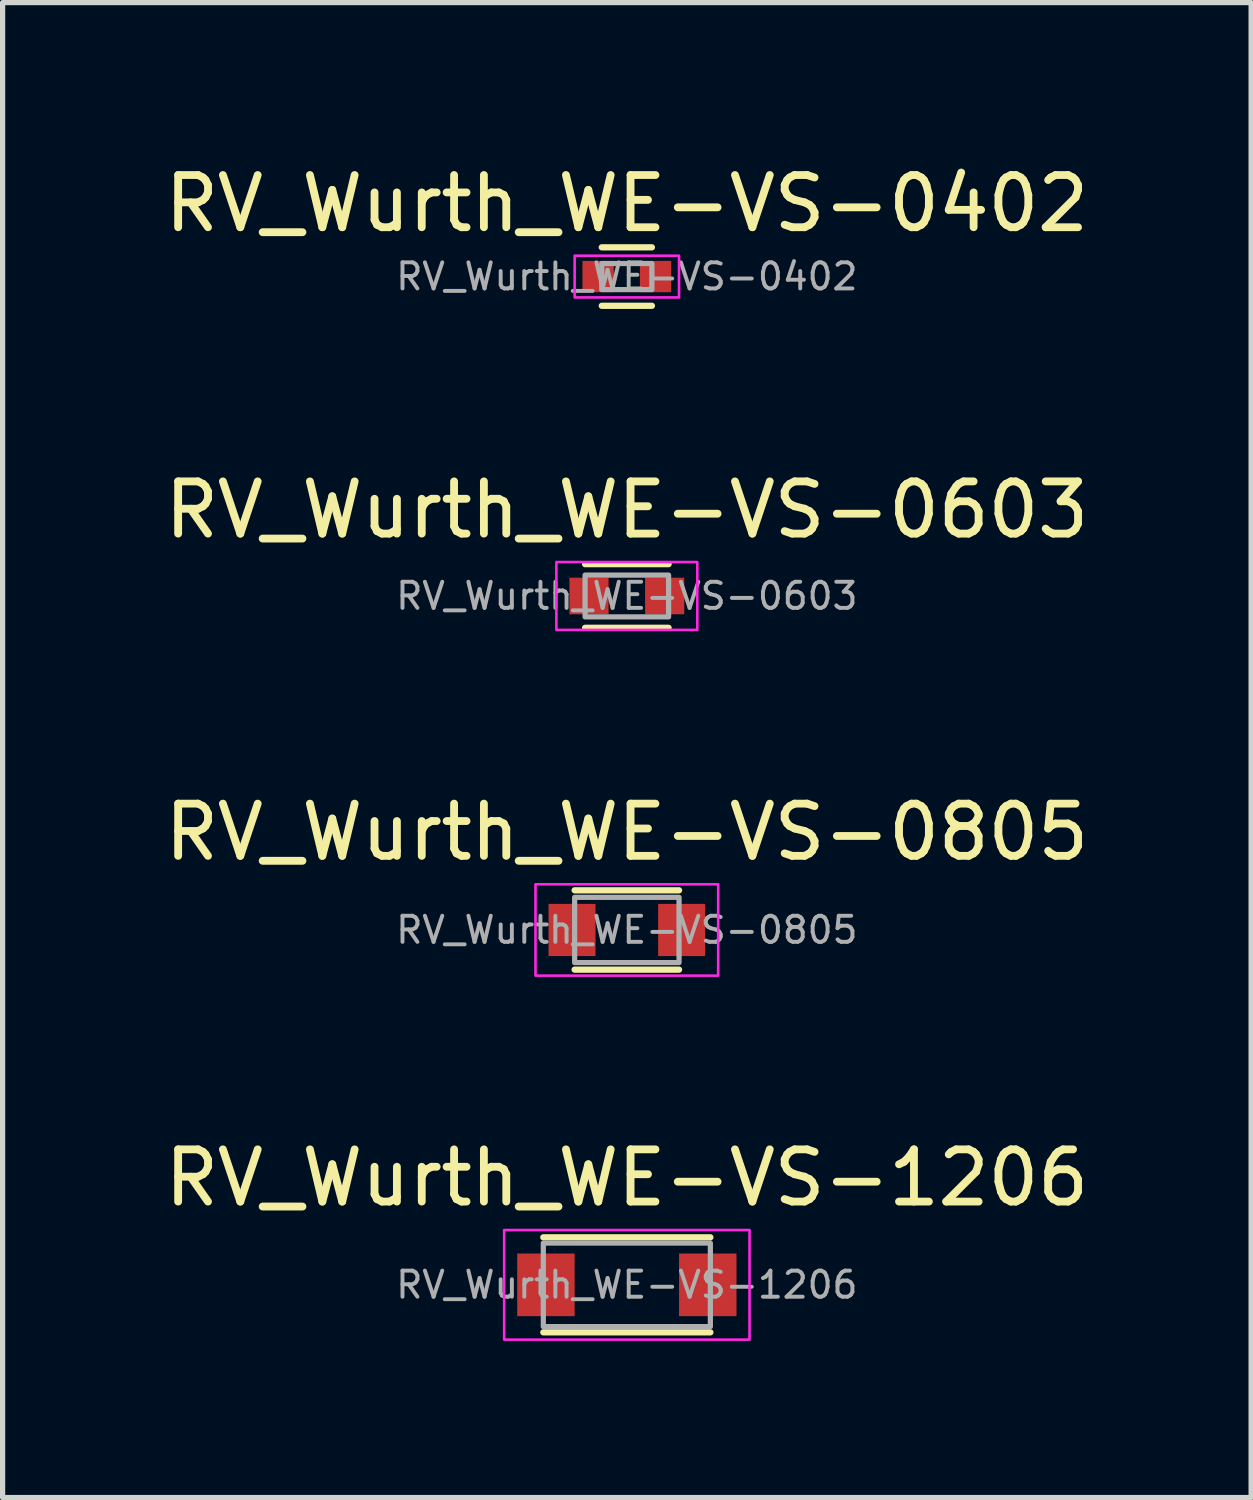
<source format=kicad_pcb>
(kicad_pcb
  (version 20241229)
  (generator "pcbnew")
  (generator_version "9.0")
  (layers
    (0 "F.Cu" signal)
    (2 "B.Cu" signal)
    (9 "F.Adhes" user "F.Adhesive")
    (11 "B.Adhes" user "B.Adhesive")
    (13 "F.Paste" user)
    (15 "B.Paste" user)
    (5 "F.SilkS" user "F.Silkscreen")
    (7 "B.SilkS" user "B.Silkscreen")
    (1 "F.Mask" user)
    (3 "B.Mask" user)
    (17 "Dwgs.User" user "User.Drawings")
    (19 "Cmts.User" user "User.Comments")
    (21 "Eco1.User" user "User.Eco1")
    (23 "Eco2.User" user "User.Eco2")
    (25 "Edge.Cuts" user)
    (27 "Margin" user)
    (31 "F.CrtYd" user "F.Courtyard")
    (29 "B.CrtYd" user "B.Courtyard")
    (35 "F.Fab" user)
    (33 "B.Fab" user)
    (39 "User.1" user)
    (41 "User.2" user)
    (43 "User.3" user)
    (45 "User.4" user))
  (footprint "RV_Wurth_WE-VS-0805"
    (layer "F.Cu")
    (at 8.958 14.765)
    (property "Reference" "RV_Wurth_WE-VS-0805" (at 0 -1.875 0) (unlocked yes) (layer "F.SilkS") (effects (font (size 1 1) (thickness 0.15))))
    (attr smd)
    (fp_line (start -1 -0.76) (end 1 -0.76) (stroke (width 0.12) (type solid)) (layer "F.SilkS"))
    (fp_line (start -1 0.76) (end 1 0.76) (stroke (width 0.12) (type solid)) (layer "F.SilkS"))
    (fp_rect (start -1.75 -0.875) (end 1.75 0.875) (stroke (width 0.05) (type solid)) (fill no) (layer "F.CrtYd"))
    (fp_rect (start -1 -0.625) (end 1 0.625) (stroke (width 0.1) (type solid)) (fill no) (layer "F.Fab"))
    (fp_text user "${REFERENCE}" (at 0 0 0) (unlocked yes) (layer "F.Fab") (effects (font (size 0.5 0.5) (thickness 0.075))))
    (pad "1" smd rect (at -1.05 0) (size 0.9 1) (layers "F.Cu" "F.Mask" "F.Paste"))
    (pad "2" smd rect (at 1.05 0) (size 0.9 1) (layers "F.Cu" "F.Mask" "F.Paste")))
  (footprint "RV_Wurth_WE-VS-1206"
    (layer "F.Cu")
    (at 8.958 21.563)
    (property "Reference" "RV_Wurth_WE-VS-1206" (at 0 -2.05 0) (unlocked yes) (layer "F.SilkS") (effects (font (size 1 1) (thickness 0.15))))
    (attr smd)
    (fp_line (start -1.6 -0.91) (end 1.6 -0.91) (stroke (width 0.12) (type solid)) (layer "F.SilkS"))
    (fp_line (start -1.6 0.91) (end 1.6 0.91) (stroke (width 0.12) (type solid)) (layer "F.SilkS"))
    (fp_rect (start -2.35 -1.05) (end 2.35 1.05) (stroke (width 0.05) (type solid)) (fill no) (layer "F.CrtYd"))
    (fp_rect (start -1.6 -0.8) (end 1.6 0.8) (stroke (width 0.1) (type solid)) (fill no) (layer "F.Fab"))
    (fp_text user "${REFERENCE}" (at 0 0 0) (unlocked yes) (layer "F.Fab") (effects (font (size 0.5 0.5) (thickness 0.075))))
    (pad "1" smd rect (at -1.55 0) (size 1.1 1.2) (layers "F.Cu" "F.Mask" "F.Paste"))
    (pad "2" smd rect (at 1.55 0) (size 1.1 1.2) (layers "F.Cu" "F.Mask" "F.Paste")))
  (footprint "RV_Wurth_WE-VS-0603"
    (layer "F.Cu")
    (at 8.958 8.367)
    (property "Reference" "RV_Wurth_WE-VS-0603" (at 0 -1.65 0) (unlocked yes) (layer "F.SilkS") (effects (font (size 1 1) (thickness 0.15))))
    (attr smd)
    (fp_line (start -0.8 -0.61) (end 0.8 -0.61) (stroke (width 0.12) (type solid)) (layer "F.SilkS"))
    (fp_line (start -0.8 0.61) (end 0.8 0.61) (stroke (width 0.12) (type solid)) (layer "F.SilkS"))
    (fp_rect (start -1.35 -0.65) (end 1.35 0.65) (stroke (width 0.05) (type solid)) (fill no) (layer "F.CrtYd"))
    (fp_rect (start -0.8 -0.4) (end 0.8 0.4) (stroke (width 0.1) (type solid)) (fill no) (layer "F.Fab"))
    (fp_text user "${REFERENCE}" (at 0 0 0) (unlocked yes) (layer "F.Fab") (effects (font (size 0.5 0.5) (thickness 0.075))))
    (pad "1" smd rect (at -0.725 0) (size 0.75 0.7) (layers "F.Cu" "F.Mask" "F.Paste"))
    (pad "2" smd rect (at 0.725 0) (size 0.75 0.7) (layers "F.Cu" "F.Mask" "F.Paste")))
  (footprint "RV_Wurth_WE-VS-0402"
    (layer "F.Cu")
    (at 8.958 2.248)
    (property "Reference" "RV_Wurth_WE-VS-0402" (at 0 -1.4 0) (unlocked yes) (layer "F.SilkS") (effects (font (size 1 1) (thickness 0.15))))
    (attr smd)
    (fp_line (start -0.48 -0.56) (end 0.48 -0.56) (stroke (width 0.12) (type solid)) (layer "F.SilkS"))
    (fp_line (start -0.48 0.56) (end 0.48 0.56) (stroke (width 0.12) (type solid)) (layer "F.SilkS"))
    (fp_rect (start -1 -0.4) (end 1 0.4) (stroke (width 0.05) (type solid)) (fill no) (layer "F.CrtYd"))
    (fp_rect (start -0.48 -0.25) (end 0.48 0.25) (stroke (width 0.1) (type solid)) (fill no) (layer "F.Fab"))
    (fp_text user "${REFERENCE}" (at 0 0 0) (unlocked yes) (layer "F.Fab") (effects (font (size 0.5 0.5) (thickness 0.075))))
    (pad "1" smd rect (at -0.55 0) (size 0.6 0.6) (layers "F.Cu" "F.Mask" "F.Paste"))
    (pad "2" smd rect (at 0.55 0) (size 0.6 0.6) (layers "F.Cu" "F.Mask" "F.Paste")))
  (gr_rect
    (start -3 -3)
    (end 20.917 25.638)
    (stroke (width 0.1) (type default))
    (fill no)
    (layer "Edge.Cuts")))
</source>
